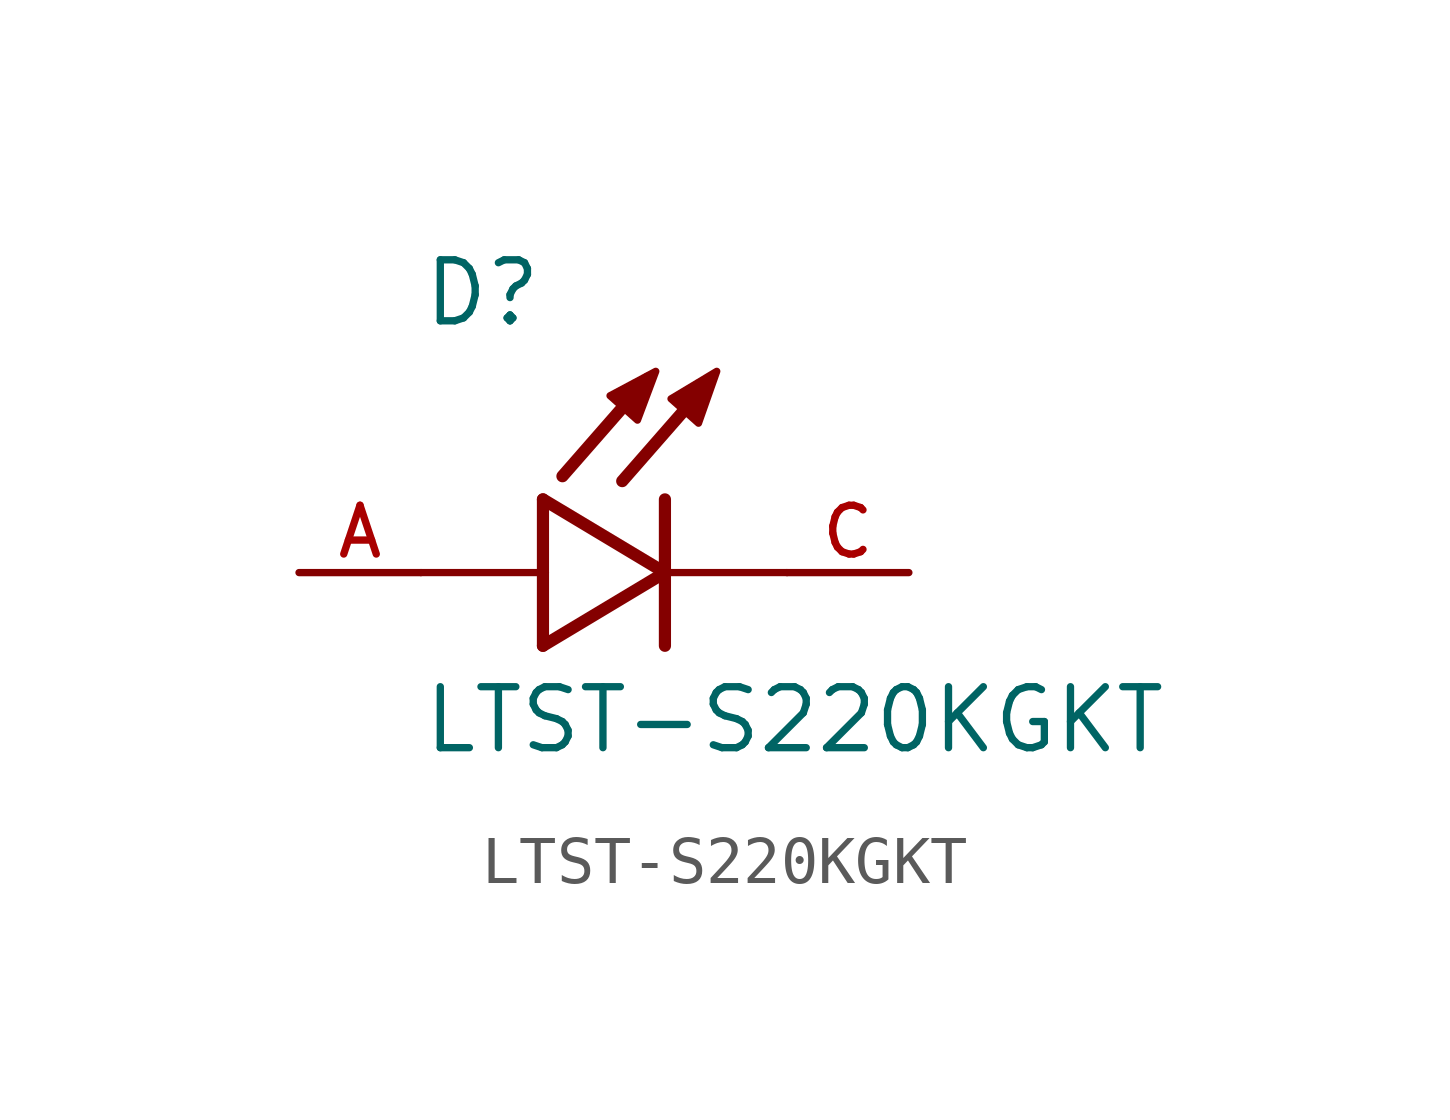
<source format=kicad_sym>
(kicad_symbol_lib
  (version 20211014)
  (generator kicad_symbol_editor)
  (symbol "LTST-S220KGKT"
    (pin_names
      (offset 1.016))
    (property "Reference" "D"
      (at -5.08 5.08 0)
      (effects (font (size 1.27 1.27)) (justify bottom left)))
    (property "Value" "LTST-S220KGKT"
      (at -5.08 -3.81 0)
      (effects (font (size 1.27 1.27)) (justify bottom left)))
    (symbol "LTST-S220KGKT_0_0"
      (polyline (pts (xy -2.54 1.524) (xy -2.54 0.0)) (stroke (width 0.254)))
      (polyline (pts (xy -2.54 0.0) (xy -2.54 -1.524)) (stroke (width 0.254)))
      (polyline (pts (xy -2.54 -1.524) (xy 0.0 0.0)) (stroke (width 0.254)))
      (polyline (pts (xy 0.0 0.0) (xy -2.54 1.524)) (stroke (width 0.254)))
      (polyline (pts (xy 0.0 1.524) (xy 0.0 0.0)) (stroke (width 0.254)))
      (polyline (pts (xy 0.0 0.0) (xy 0.0 -1.524)) (stroke (width 0.254)))
      (polyline (pts (xy -2.54 0.0) (xy -5.08 0.0)) (stroke (width 0.152)))
      (polyline (pts (xy 0.889 3.937) (xy -0.889 1.905)) (stroke (width 0.254)))
      (polyline (pts (xy -0.356 4.039) (xy -2.134 2.007)) (stroke (width 0.254)))
      (polyline (pts (xy 2.54 0.0) (xy 0.0 0.0)) (stroke (width 0.152)))
      (polyline (pts (xy -1.143 3.683) (xy -0.572 3.175) (xy -0.191 4.191) (xy -1.143 3.683)) (stroke (width 0.152)) (fill (type outline)))
      (polyline (pts (xy 0.127 3.619) (xy 0.699 3.111) (xy 1.079 4.191) (xy 0.127 3.619)) (stroke (width 0.152)) (fill (type outline)))
      (pin passive line (at 5.08 0.0 180.0) (length 2.54) (name "~" (effects (font (size 1.016 1.016)))) (number "C" (effects (font (size 1.016 1.016)))))
      (pin passive line (at -7.62 0.0 0) (length 2.54) (name "~" (effects (font (size 1.016 1.016)))) (number "A" (effects (font (size 1.016 1.016))))))))
</source>
